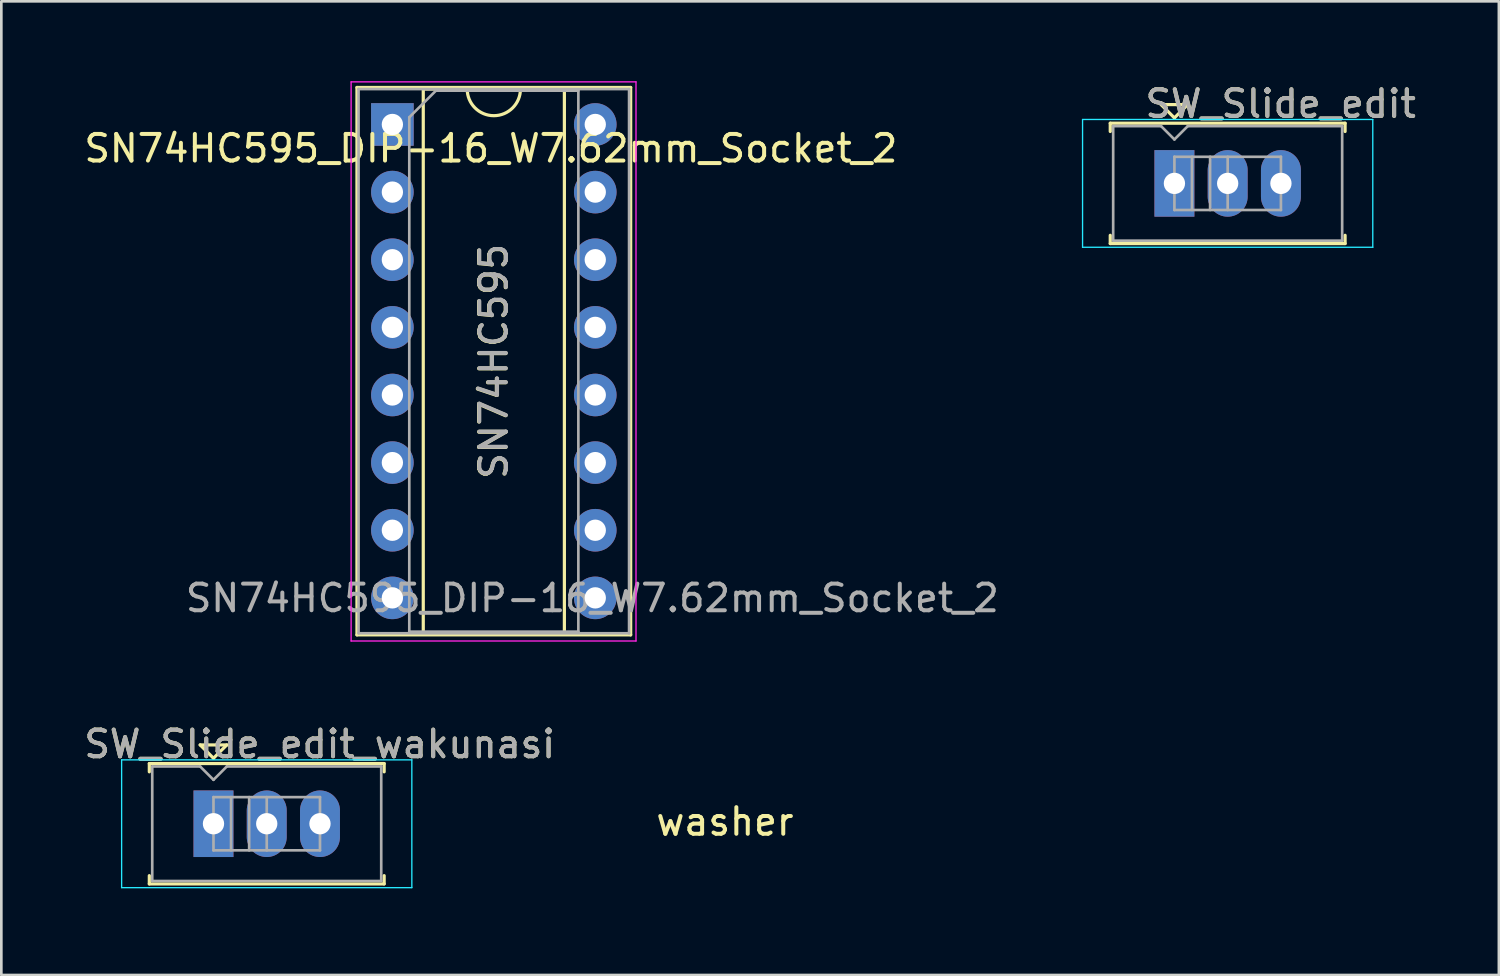
<source format=kicad_pcb>
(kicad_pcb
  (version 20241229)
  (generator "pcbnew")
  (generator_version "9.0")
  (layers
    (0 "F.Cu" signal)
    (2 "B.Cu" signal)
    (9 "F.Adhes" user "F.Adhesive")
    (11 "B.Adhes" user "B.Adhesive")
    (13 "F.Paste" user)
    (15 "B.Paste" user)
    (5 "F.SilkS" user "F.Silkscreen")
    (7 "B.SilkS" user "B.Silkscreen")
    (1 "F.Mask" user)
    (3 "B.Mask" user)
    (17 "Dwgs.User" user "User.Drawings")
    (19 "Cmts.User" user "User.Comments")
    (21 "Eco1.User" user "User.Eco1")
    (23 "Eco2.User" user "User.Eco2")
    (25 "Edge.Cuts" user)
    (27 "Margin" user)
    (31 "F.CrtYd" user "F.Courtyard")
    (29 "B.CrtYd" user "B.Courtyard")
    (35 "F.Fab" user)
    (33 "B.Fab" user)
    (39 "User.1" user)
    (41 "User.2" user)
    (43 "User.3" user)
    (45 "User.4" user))
  (footprint "SN74HC595_DIP-16_W7.62mm_Socket_2"
    (layer "F.Cu")
    (at 15.387 10.525)
    (property "Reference" "SN74HC595_DIP-16_W7.62mm_Socket_2" (at 0 -8 0) (layer "F.SilkS") (effects (font (size 1 1) (thickness 0.15))))
    (attr through_hole)
    (fp_line (start -5.03 -10.29) (end -5.03 10.27) (stroke (width 0.12) (type solid)) (layer "F.SilkS"))
    (fp_line (start -5.03 10.27) (end 5.25 10.27) (stroke (width 0.12) (type solid)) (layer "F.SilkS"))
    (fp_line (start -2.54 -10.23) (end -2.54 10.21) (stroke (width 0.12) (type solid)) (layer "F.SilkS"))
    (fp_line (start -2.54 10.21) (end 2.76 10.21) (stroke (width 0.12) (type solid)) (layer "F.SilkS"))
    (fp_line (start -0.89 -10.23) (end -2.54 -10.23) (stroke (width 0.12) (type solid)) (layer "F.SilkS"))
    (fp_line (start 2.76 -10.23) (end 1.11 -10.23) (stroke (width 0.12) (type solid)) (layer "F.SilkS"))
    (fp_line (start 2.76 10.21) (end 2.76 -10.23) (stroke (width 0.12) (type solid)) (layer "F.SilkS"))
    (fp_line (start 5.25 -10.29) (end -5.03 -10.29) (stroke (width 0.12) (type solid)) (layer "F.SilkS"))
    (fp_line (start 5.25 10.27) (end 5.25 -10.29) (stroke (width 0.12) (type solid)) (layer "F.SilkS"))
    (fp_arc (start 1.11 -10.23) (mid 0.11 -9.23) (end -0.89 -10.23) (stroke (width 0.12) (type solid)) (layer "F.SilkS"))
    (fp_line (start -5.25 -10.5) (end -5.25 10.5) (stroke (width 0.05) (type solid)) (layer "F.CrtYd"))
    (fp_line (start -5.25 10.5) (end 5.45 10.5) (stroke (width 0.05) (type solid)) (layer "F.CrtYd"))
    (fp_line (start 5.45 -10.5) (end -5.25 -10.5) (stroke (width 0.05) (type solid)) (layer "F.CrtYd"))
    (fp_line (start 5.45 10.5) (end 5.45 -10.5) (stroke (width 0.05) (type solid)) (layer "F.CrtYd"))
    (fp_line (start -4.97 -10.23) (end -4.97 10.21) (stroke (width 0.1) (type solid)) (layer "F.Fab"))
    (fp_line (start -4.97 10.21) (end 5.19 10.21) (stroke (width 0.1) (type solid)) (layer "F.Fab"))
    (fp_line (start -3.065 -9.17) (end -2.065 -10.17) (stroke (width 0.1) (type solid)) (layer "F.Fab"))
    (fp_line (start -3.065 10.15) (end -3.065 -9.17) (stroke (width 0.1) (type solid)) (layer "F.Fab"))
    (fp_line (start -2.065 -10.17) (end 3.285 -10.17) (stroke (width 0.1) (type solid)) (layer "F.Fab"))
    (fp_line (start 3.285 -10.17) (end 3.285 10.15) (stroke (width 0.1) (type solid)) (layer "F.Fab"))
    (fp_line (start 3.285 10.15) (end -3.065 10.15) (stroke (width 0.1) (type solid)) (layer "F.Fab"))
    (fp_line (start 5.19 -10.23) (end -4.97 -10.23) (stroke (width 0.1) (type solid)) (layer "F.Fab"))
    (fp_line (start 5.19 10.21) (end 5.19 -10.23) (stroke (width 0.1) (type solid)) (layer "F.Fab"))
    (fp_text user "SN74HC595" (at 0.1 0 270) (layer "F.SilkS") (effects (font (size 1 1) (thickness 0.15))))
    (fp_text user "SN74HC595" (at 0.11 -0.01 90) (layer "F.Fab") (effects (font (size 1 1) (thickness 0.15))))
    (fp_text user "${REFERENCE}" (at 3.81 8.89 0) (layer "F.Fab") (effects (font (size 1 1) (thickness 0.15))))
    (pad "1" thru_hole rect (at -3.7 -8.9) (size 1.6 1.6) (drill 0.8) (layers "*.Cu" "*.Mask"))
    (pad "2" thru_hole oval (at -3.7 -6.36) (size 1.6 1.6) (drill 0.8) (layers "*.Cu" "*.Mask"))
    (pad "3" thru_hole oval (at -3.7 -3.82) (size 1.6 1.6) (drill 0.8) (layers "*.Cu" "*.Mask"))
    (pad "4" thru_hole oval (at -3.7 -1.28) (size 1.6 1.6) (drill 0.8) (layers "*.Cu" "*.Mask"))
    (pad "5" thru_hole oval (at -3.7 1.26) (size 1.6 1.6) (drill 0.8) (layers "*.Cu" "*.Mask"))
    (pad "6" thru_hole oval (at -3.7 3.8) (size 1.6 1.6) (drill 0.8) (layers "*.Cu" "*.Mask"))
    (pad "7" thru_hole oval (at -3.7 6.34) (size 1.6 1.6) (drill 0.8) (layers "*.Cu" "*.Mask"))
    (pad "8" thru_hole oval (at -3.7 8.88) (size 1.6 1.6) (drill 0.8) (layers "*.Cu" "*.Mask"))
    (pad "9" thru_hole oval (at 3.92 8.88) (size 1.6 1.6) (drill 0.8) (layers "*.Cu" "*.Mask"))
    (pad "10" thru_hole oval (at 3.92 6.34) (size 1.6 1.6) (drill 0.8) (layers "*.Cu" "*.Mask"))
    (pad "11" thru_hole oval (at 3.92 3.8) (size 1.6 1.6) (drill 0.8) (layers "*.Cu" "*.Mask"))
    (pad "12" thru_hole oval (at 3.92 1.26) (size 1.6 1.6) (drill 0.8) (layers "*.Cu" "*.Mask"))
    (pad "13" thru_hole oval (at 3.92 -1.28) (size 1.6 1.6) (drill 0.8) (layers "*.Cu" "*.Mask"))
    (pad "14" thru_hole oval (at 3.92 -3.82) (size 1.6 1.6) (drill 0.8) (layers "*.Cu" "*.Mask"))
    (pad "15" thru_hole oval (at 3.92 -6.36) (size 1.6 1.6) (drill 0.8) (layers "*.Cu" "*.Mask"))
    (pad "16" thru_hole oval (at 3.92 -8.9) (size 1.6 1.6) (drill 0.8) (layers "*.Cu" "*.Mask")))
  (footprint "SW_Slide_edit"
    (layer "F.Cu")
    (at 41.059 3.838)
    (property "Reference" "SW_Slide_edit" (at 3.99 -2.99 180) (layer "F.SilkS") (effects (font (size 1 1) (thickness 0.15))))
    (attr through_hole)
    (fp_line (start -2.41 -2.26) (end 6.41 -2.26) (stroke (width 0.12) (type solid)) (layer "F.SilkS"))
    (fp_line (start -2.41 -1.95) (end -2.41 -2.26) (stroke (width 0.12) (type solid)) (layer "F.SilkS"))
    (fp_line (start -2.41 2.26) (end -2.41 1.95) (stroke (width 0.12) (type solid)) (layer "F.SilkS"))
    (fp_line (start -0.5 -2.96) (end 0 -2.46) (stroke (width 0.12) (type solid)) (layer "F.SilkS"))
    (fp_line (start 0 -2.46) (end 0.5 -2.96) (stroke (width 0.12) (type solid)) (layer "F.SilkS"))
    (fp_line (start 0.5 -2.96) (end -0.5 -2.96) (stroke (width 0.12) (type solid)) (layer "F.SilkS"))
    (fp_line (start 6.41 -2.26) (end 6.41 -1.95) (stroke (width 0.12) (type solid)) (layer "F.SilkS"))
    (fp_line (start 6.41 2.26) (end -2.41 2.26) (stroke (width 0.12) (type solid)) (layer "F.SilkS"))
    (fp_line (start 6.41 2.26) (end 6.41 1.95) (stroke (width 0.12) (type solid)) (layer "F.SilkS"))
    (fp_line (start -3 -3) (end -3 3) (stroke (width 0.12) (type solid)) (layer "Eco1.User"))
    (fp_line (start -3 3) (end 7 3) (stroke (width 0.12) (type solid)) (layer "Eco1.User"))
    (fp_line (start 7 -3) (end -3 -3) (stroke (width 0.12) (type solid)) (layer "Eco1.User"))
    (fp_line (start 7 3) (end 7 -3) (stroke (width 0.12) (type solid)) (layer "Eco1.User"))
    (fp_line (start -3.45 -2.4) (end 7.45 -2.4) (stroke (width 0.05) (type solid)) (layer "B.CrtYd"))
    (fp_line (start -3.45 2.4) (end -3.45 -2.4) (stroke (width 0.05) (type solid)) (layer "B.CrtYd"))
    (fp_line (start 7.45 -2.4) (end 7.45 2.4) (stroke (width 0.05) (type solid)) (layer "B.CrtYd"))
    (fp_line (start 7.45 2.4) (end -3.45 2.4) (stroke (width 0.05) (type solid)) (layer "B.CrtYd"))
    (fp_line (start -2.3 -2.15) (end -0.5 -2.15) (stroke (width 0.1) (type solid)) (layer "F.Fab"))
    (fp_line (start -2.3 2.15) (end -2.3 -2.15) (stroke (width 0.1) (type solid)) (layer "F.Fab"))
    (fp_line (start -0.5 -2.15) (end 0 -1.65) (stroke (width 0.1) (type solid)) (layer "F.Fab"))
    (fp_line (start 0 -1.65) (end 0.5 -2.15) (stroke (width 0.1) (type solid)) (layer "F.Fab"))
    (fp_line (start 0 -1) (end 0 1) (stroke (width 0.1) (type solid)) (layer "F.Fab"))
    (fp_line (start 0 -1) (end 4 -1) (stroke (width 0.1) (type solid)) (layer "F.Fab"))
    (fp_line (start 0 1) (end 4 1) (stroke (width 0.1) (type solid)) (layer "F.Fab"))
    (fp_line (start 0.5 -2.15) (end 6.3 -2.15) (stroke (width 0.1) (type solid)) (layer "F.Fab"))
    (fp_line (start 0.66 -1) (end 0.66 1) (stroke (width 0.1) (type solid)) (layer "F.Fab"))
    (fp_line (start 1.34 -1) (end 1.34 1) (stroke (width 0.1) (type solid)) (layer "F.Fab"))
    (fp_line (start 2 -1) (end 2 1) (stroke (width 0.1) (type solid)) (layer "F.Fab"))
    (fp_line (start 4 -1) (end 4 1) (stroke (width 0.1) (type solid)) (layer "F.Fab"))
    (fp_line (start 6.3 -2.15) (end 6.3 2.15) (stroke (width 0.1) (type solid)) (layer "F.Fab"))
    (fp_line (start 6.3 2.15) (end -2.3 2.15) (stroke (width 0.1) (type solid)) (layer "F.Fab"))
    (fp_text user "${REFERENCE}" (at 3.99 -2.99 180) (layer "F.Fab") (effects (font (size 1 1) (thickness 0.15))))
    (pad "1" thru_hole rect (at 0 0) (size 1.5 2.5) (drill 0.8) (layers "*.Cu" "*.Mask"))
    (pad "2" thru_hole oval (at 2 0) (size 1.5 2.5) (drill 0.8) (layers "*.Cu" "*.Mask"))
    (pad "3" thru_hole oval (at 4 0) (size 1.5 2.5) (drill 0.8) (layers "*.Cu" "*.Mask")))
  (footprint "SW_Slide_edit_wakunasi"
    (layer "F.Cu")
    (at 4.968 27.888)
    (property "Reference" "SW_Slide_edit_wakunasi" (at 3.99 -2.99 180) (layer "F.SilkS") (effects (font (size 1 1) (thickness 0.15))))
    (attr through_hole)
    (fp_line (start -2.41 -2.26) (end 6.41 -2.26) (stroke (width 0.12) (type solid)) (layer "F.SilkS"))
    (fp_line (start -2.41 -1.95) (end -2.41 -2.26) (stroke (width 0.12) (type solid)) (layer "F.SilkS"))
    (fp_line (start -2.41 2.26) (end -2.41 1.95) (stroke (width 0.12) (type solid)) (layer "F.SilkS"))
    (fp_line (start -0.5 -2.96) (end 0 -2.46) (stroke (width 0.12) (type solid)) (layer "F.SilkS"))
    (fp_line (start 0 -2.46) (end 0.5 -2.96) (stroke (width 0.12) (type solid)) (layer "F.SilkS"))
    (fp_line (start 0.5 -2.96) (end -0.5 -2.96) (stroke (width 0.12) (type solid)) (layer "F.SilkS"))
    (fp_line (start 6.41 -2.26) (end 6.41 -1.95) (stroke (width 0.12) (type solid)) (layer "F.SilkS"))
    (fp_line (start 6.41 2.26) (end -2.41 2.26) (stroke (width 0.12) (type solid)) (layer "F.SilkS"))
    (fp_line (start 6.41 2.26) (end 6.41 1.95) (stroke (width 0.12) (type solid)) (layer "F.SilkS"))
    (fp_line (start -3.45 -2.4) (end 7.45 -2.4) (stroke (width 0.05) (type solid)) (layer "B.CrtYd"))
    (fp_line (start -3.45 2.4) (end -3.45 -2.4) (stroke (width 0.05) (type solid)) (layer "B.CrtYd"))
    (fp_line (start 7.45 -2.4) (end 7.45 2.4) (stroke (width 0.05) (type solid)) (layer "B.CrtYd"))
    (fp_line (start 7.45 2.4) (end -3.45 2.4) (stroke (width 0.05) (type solid)) (layer "B.CrtYd"))
    (fp_line (start -2.3 -2.15) (end -0.5 -2.15) (stroke (width 0.1) (type solid)) (layer "F.Fab"))
    (fp_line (start -2.3 2.15) (end -2.3 -2.15) (stroke (width 0.1) (type solid)) (layer "F.Fab"))
    (fp_line (start -0.5 -2.15) (end 0 -1.65) (stroke (width 0.1) (type solid)) (layer "F.Fab"))
    (fp_line (start 0 -1.65) (end 0.5 -2.15) (stroke (width 0.1) (type solid)) (layer "F.Fab"))
    (fp_line (start 0 -1) (end 0 1) (stroke (width 0.1) (type solid)) (layer "F.Fab"))
    (fp_line (start 0 -1) (end 4 -1) (stroke (width 0.1) (type solid)) (layer "F.Fab"))
    (fp_line (start 0 1) (end 4 1) (stroke (width 0.1) (type solid)) (layer "F.Fab"))
    (fp_line (start 0.5 -2.15) (end 6.3 -2.15) (stroke (width 0.1) (type solid)) (layer "F.Fab"))
    (fp_line (start 0.66 -1) (end 0.66 1) (stroke (width 0.1) (type solid)) (layer "F.Fab"))
    (fp_line (start 1.34 -1) (end 1.34 1) (stroke (width 0.1) (type solid)) (layer "F.Fab"))
    (fp_line (start 2 -1) (end 2 1) (stroke (width 0.1) (type solid)) (layer "F.Fab"))
    (fp_line (start 4 -1) (end 4 1) (stroke (width 0.1) (type solid)) (layer "F.Fab"))
    (fp_line (start 6.3 -2.15) (end 6.3 2.15) (stroke (width 0.1) (type solid)) (layer "F.Fab"))
    (fp_line (start 6.3 2.15) (end -2.3 2.15) (stroke (width 0.1) (type solid)) (layer "F.Fab"))
    (fp_text user "${REFERENCE}" (at 3.99 -2.99 180) (layer "F.Fab") (effects (font (size 1 1) (thickness 0.15))))
    (pad "1" thru_hole rect (at 0 0) (size 1.5 2.5) (drill 0.8) (layers "*.Cu" "*.Mask"))
    (pad "2" thru_hole oval (at 2 0) (size 1.5 2.5) (drill 0.8) (layers "*.Cu" "*.Mask"))
    (pad "3" thru_hole oval (at 4 0) (size 1.5 2.5) (drill 0.8) (layers "*.Cu" "*.Mask")))
  (footprint "washer"
    (layer "F.Cu")
    (at 24.177 27.31)
    (property "Reference" "washer" (at 0 0.5 0) (layer "F.SilkS") (effects (font (size 1 1) (thickness 0.15))))
    (attr through_hole)
    (fp_circle (center 0 0) (end 1 0) (stroke (width 0.12) (type solid)) (fill no) (layer "Eco1.User"))
    (fp_circle (center 0 0) (end 3.2 0) (stroke (width 0.12) (type solid)) (fill no) (layer "Eco1.User")))
  (gr_rect
    (start -3 -3)
    (end 53.245 33.57)
    (stroke (width 0.1) (type default))
    (fill no)
    (layer "Edge.Cuts")))
</source>
